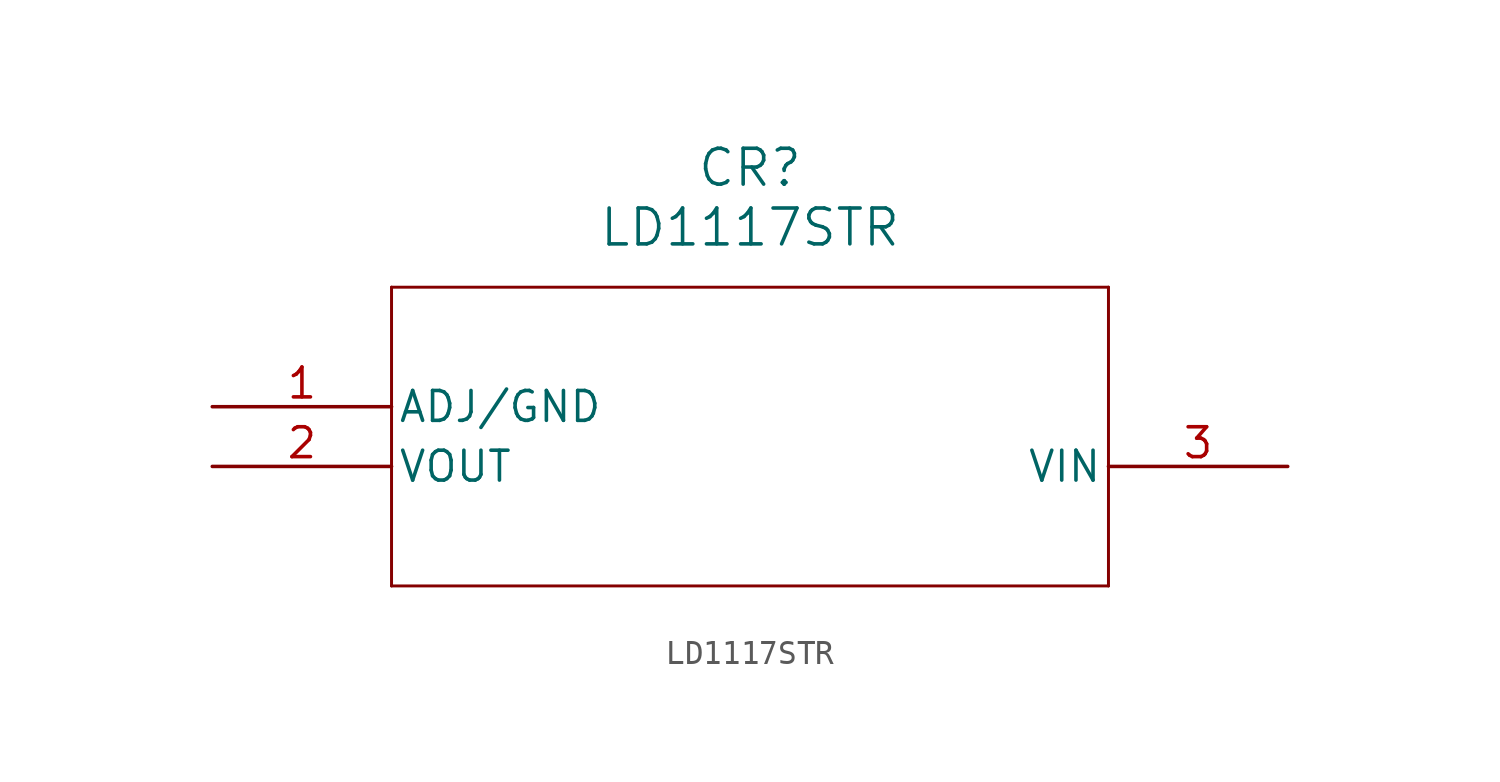
<source format=kicad_sym>
(kicad_symbol_lib
  (version 20211014)
  (generator kicad_symbol_editor)
  (symbol "LD1117STR"
    (pin_names
      (offset 0.254))
    (property "Reference" "CR"
      (at 22.86 10.16 0)
      (effects (font (size 1.524 1.524))))
    (property "Value" "LD1117STR"
      (at 22.86 7.62 0)
      (effects (font (size 1.524 1.524))))
    (symbol "LD1117STR_0_1"
      (polyline (pts (xy 7.62 5.08) (xy 7.62 -7.62)) (stroke (width 0.127) (type default) (color 0 0 0 0)) (fill (type none)))
      (polyline (pts (xy 7.62 -7.62) (xy 38.1 -7.62)) (stroke (width 0.127) (type default) (color 0 0 0 0)) (fill (type none)))
      (polyline (pts (xy 38.1 -7.62) (xy 38.1 5.08)) (stroke (width 0.127) (type default) (color 0 0 0 0)) (fill (type none)))
      (polyline (pts (xy 38.1 5.08) (xy 7.62 5.08)) (stroke (width 0.127) (type default) (color 0 0 0 0)) (fill (type none)))
      (pin power_out line (at 0 0 0) (length 7.62) (name "ADJ/GND" (effects (font (size 1.27 1.27)))) (number "1" (effects (font (size 1.27 1.27)))))
      (pin power_in line (at 0 -2.54 0) (length 7.62) (name "VOUT" (effects (font (size 1.27 1.27)))) (number "2" (effects (font (size 1.27 1.27)))))
      (pin power_in line (at 45.72 -2.54 180) (length 7.62) (name "VIN" (effects (font (size 1.27 1.27)))) (number "3" (effects (font (size 1.27 1.27))))))))
</source>
